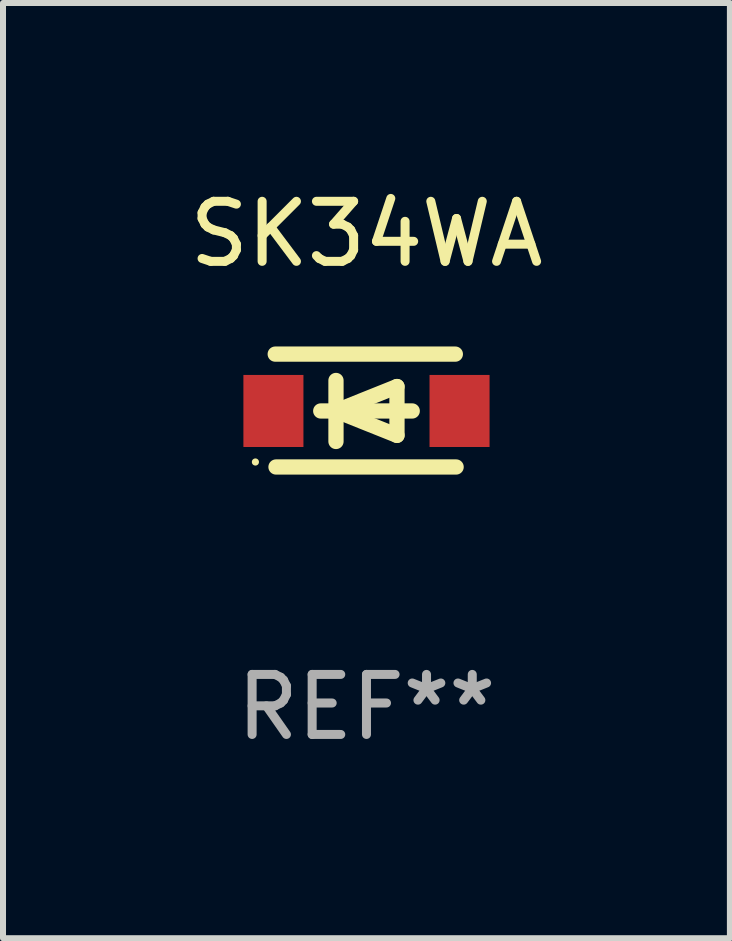
<source format=kicad_pcb>
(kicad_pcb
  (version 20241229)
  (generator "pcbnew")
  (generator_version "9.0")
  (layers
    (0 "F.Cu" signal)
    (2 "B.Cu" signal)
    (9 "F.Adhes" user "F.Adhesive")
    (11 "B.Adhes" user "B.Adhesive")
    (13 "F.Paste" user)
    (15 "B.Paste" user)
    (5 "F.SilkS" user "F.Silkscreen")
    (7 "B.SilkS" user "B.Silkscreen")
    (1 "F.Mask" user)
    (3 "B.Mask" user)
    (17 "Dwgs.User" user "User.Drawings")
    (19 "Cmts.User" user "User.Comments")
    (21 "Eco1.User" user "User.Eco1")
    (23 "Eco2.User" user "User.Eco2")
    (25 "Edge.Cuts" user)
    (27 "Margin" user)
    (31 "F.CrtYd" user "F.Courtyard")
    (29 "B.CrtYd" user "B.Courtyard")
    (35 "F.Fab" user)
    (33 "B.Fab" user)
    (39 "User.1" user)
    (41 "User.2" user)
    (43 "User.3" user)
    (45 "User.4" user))
  (footprint "SK34WA"
    (layer "F.Cu")
    (at 3.054 3.788)
    (property "Reference" "SK34WA" (at 0 -2.94 0) (layer "F.SilkS") (effects (font (size 1 1) (thickness 0.15))))
    (attr through_hole)
    (fp_line (start -1.52 -0.94) (end 1.48 -0.94) (stroke (width 0.254) (type solid)) (layer "F.SilkS"))
    (fp_line (start -1.507 0.94) (end 1.493 0.94) (stroke (width 0.254) (type solid)) (layer "F.SilkS"))
    (fp_line (start -0.762 0.007) (end 0.762 0.007) (stroke (width 0.254) (type solid)) (layer "F.SilkS"))
    (fp_line (start -0.508 -0.501) (end -0.508 0.515) (stroke (width 0.254) (type solid)) (layer "F.SilkS"))
    (fp_line (start -0.508 0.007) (end 0.508 -0.4) (stroke (width 0.254) (type solid)) (layer "F.SilkS"))
    (fp_line (start 0.508 -0.4) (end 0.508 0.413) (stroke (width 0.254) (type solid)) (layer "F.SilkS"))
    (fp_line (start 0.508 0.413) (end -0.508 0.007) (stroke (width 0.254) (type solid)) (layer "F.SilkS"))
    (fp_circle (center -1.85 0.857) (end -1.82 0.857) (stroke (width 0.06) (type solid)) (fill no) (layer "F.SilkS"))
    (fp_text user "REF**" (at 0 4.94 0) (layer "F.Fab") (effects (font (size 1 1) (thickness 0.15))))
    (pad "1" smd rect (at -1.55 0.007) (size 1 1.2) (layers "F.Cu" "F.Mask" "F.Paste"))
    (pad "2" smd rect (at 1.55 0.007) (size 1 1.2) (layers "F.Cu" "F.Mask" "F.Paste")))
  (gr_rect
    (start -3 -3)
    (end 9.107 12.576)
    (stroke (width 0.1) (type default))
    (fill no)
    (layer "Edge.Cuts")))
</source>
